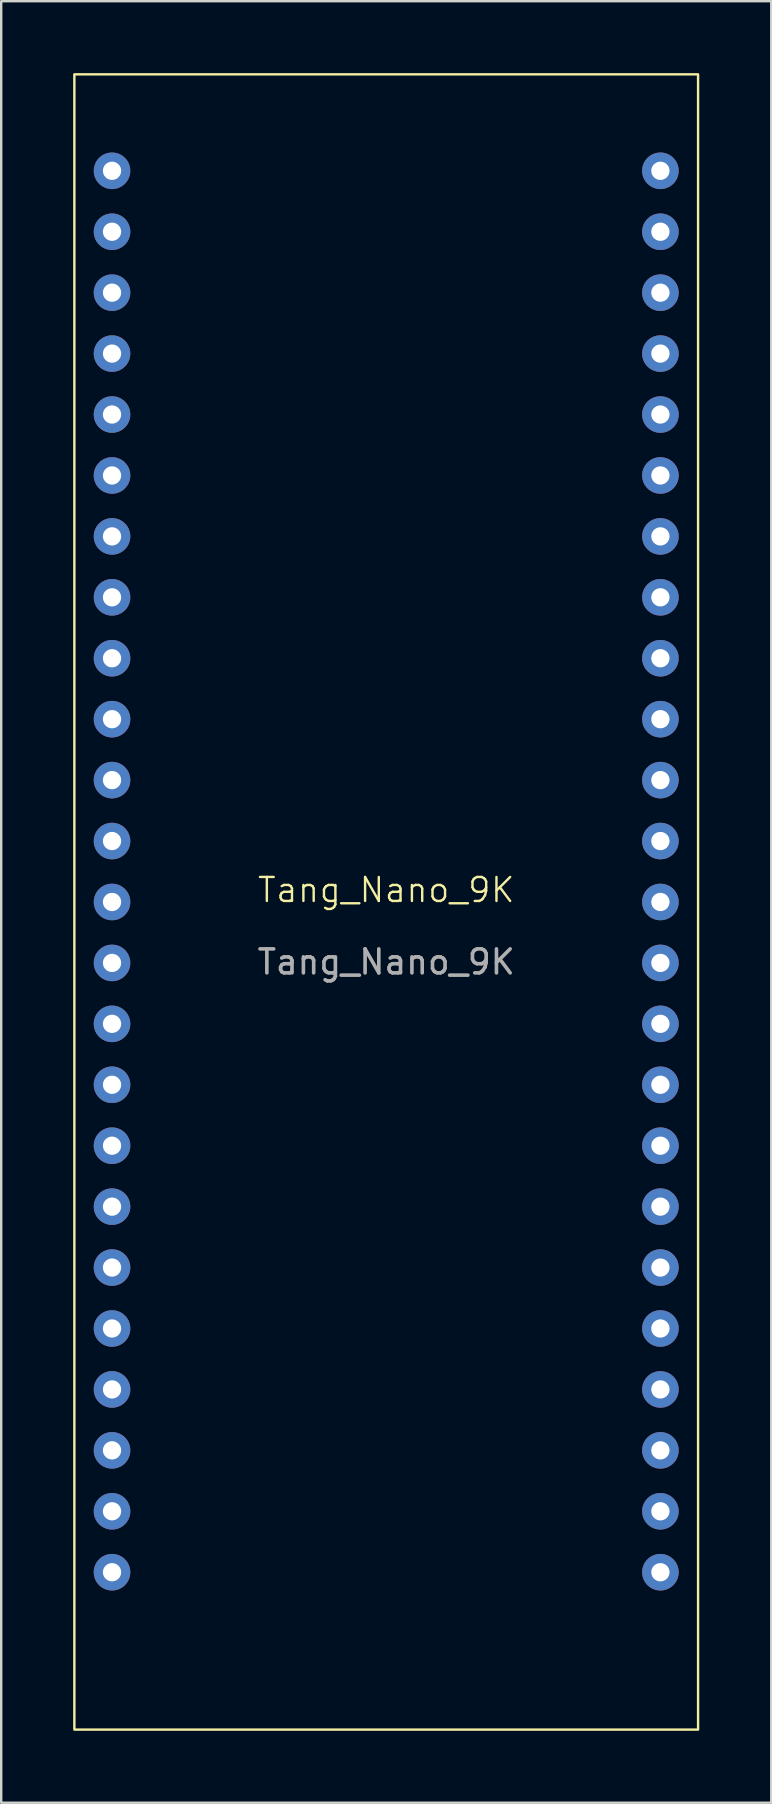
<source format=kicad_pcb>
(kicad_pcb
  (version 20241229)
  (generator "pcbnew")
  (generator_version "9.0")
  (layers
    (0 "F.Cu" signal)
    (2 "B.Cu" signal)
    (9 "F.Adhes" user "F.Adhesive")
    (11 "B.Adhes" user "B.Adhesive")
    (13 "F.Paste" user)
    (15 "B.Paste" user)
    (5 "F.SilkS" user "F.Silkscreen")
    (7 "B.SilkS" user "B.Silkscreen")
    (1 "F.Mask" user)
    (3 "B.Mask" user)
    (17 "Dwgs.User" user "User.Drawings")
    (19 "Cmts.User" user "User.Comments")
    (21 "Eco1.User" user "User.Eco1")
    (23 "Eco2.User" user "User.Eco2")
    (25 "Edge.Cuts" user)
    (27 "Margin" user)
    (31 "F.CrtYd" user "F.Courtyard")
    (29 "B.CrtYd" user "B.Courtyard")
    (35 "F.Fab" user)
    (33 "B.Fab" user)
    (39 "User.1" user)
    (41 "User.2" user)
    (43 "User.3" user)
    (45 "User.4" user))
  (footprint "Tang_Nano_9K"
    (layer "F.Cu")
    (at 13.05 34.55)
    (property "Reference" "Tang_Nano_9K" (at 0 -0.5 0) (unlocked yes) (layer "F.SilkS") (effects (font (size 1 1) (thickness 0.1))))
    (attr through_hole)
    (fp_rect (start -13 -34.5) (end 13 34.5) (stroke (width 0.1) (type default)) (fill no) (layer "F.SilkS"))
    (fp_text user "${REFERENCE}" (at 0 2.5 0) (unlocked yes) (layer "F.Fab") (effects (font (size 1 1) (thickness 0.15))))
    (pad "1" thru_hole circle (at -11.43 -30.48) (size 1.524 1.524) (drill 0.762) (layers "*.Cu" "*.Mask"))
    (pad "2" thru_hole circle (at -11.43 -27.94) (size 1.524 1.524) (drill 0.762) (layers "*.Cu" "*.Mask"))
    (pad "3" thru_hole circle (at -11.43 -25.4) (size 1.524 1.524) (drill 0.762) (layers "*.Cu" "*.Mask"))
    (pad "4" thru_hole circle (at -11.43 -22.86) (size 1.524 1.524) (drill 0.762) (layers "*.Cu" "*.Mask"))
    (pad "5" thru_hole circle (at -11.43 -20.32) (size 1.524 1.524) (drill 0.762) (layers "*.Cu" "*.Mask"))
    (pad "6" thru_hole circle (at -11.43 -17.78) (size 1.524 1.524) (drill 0.762) (layers "*.Cu" "*.Mask"))
    (pad "7" thru_hole circle (at -11.43 -15.24) (size 1.524 1.524) (drill 0.762) (layers "*.Cu" "*.Mask"))
    (pad "8" thru_hole circle (at -11.43 -12.7) (size 1.524 1.524) (drill 0.762) (layers "*.Cu" "*.Mask"))
    (pad "9" thru_hole circle (at -11.43 -10.16) (size 1.524 1.524) (drill 0.762) (layers "*.Cu" "*.Mask"))
    (pad "10" thru_hole circle (at -11.43 -7.62) (size 1.524 1.524) (drill 0.762) (layers "*.Cu" "*.Mask"))
    (pad "11" thru_hole circle (at -11.43 -5.08) (size 1.524 1.524) (drill 0.762) (layers "*.Cu" "*.Mask"))
    (pad "12" thru_hole circle (at -11.43 -2.54) (size 1.524 1.524) (drill 0.762) (layers "*.Cu" "*.Mask"))
    (pad "13" thru_hole circle (at -11.43 0) (size 1.524 1.524) (drill 0.762) (layers "*.Cu" "*.Mask"))
    (pad "14" thru_hole circle (at -11.43 2.54) (size 1.524 1.524) (drill 0.762) (layers "*.Cu" "*.Mask"))
    (pad "15" thru_hole circle (at -11.43 5.08) (size 1.524 1.524) (drill 0.762) (layers "*.Cu" "*.Mask"))
    (pad "16" thru_hole circle (at -11.43 7.62) (size 1.524 1.524) (drill 0.762) (layers "*.Cu" "*.Mask"))
    (pad "17" thru_hole circle (at -11.43 10.16) (size 1.524 1.524) (drill 0.762) (layers "*.Cu" "*.Mask"))
    (pad "18" thru_hole circle (at -11.43 12.7) (size 1.524 1.524) (drill 0.762) (layers "*.Cu" "*.Mask"))
    (pad "19" thru_hole circle (at -11.43 15.24) (size 1.524 1.524) (drill 0.762) (layers "*.Cu" "*.Mask"))
    (pad "20" thru_hole circle (at -11.43 17.78) (size 1.524 1.524) (drill 0.762) (layers "*.Cu" "*.Mask"))
    (pad "21" thru_hole circle (at -11.43 20.32) (size 1.524 1.524) (drill 0.762) (layers "*.Cu" "*.Mask"))
    (pad "22" thru_hole circle (at -11.43 22.86) (size 1.524 1.524) (drill 0.762) (layers "*.Cu" "*.Mask"))
    (pad "23" thru_hole circle (at -11.43 25.4) (size 1.524 1.524) (drill 0.762) (layers "*.Cu" "*.Mask"))
    (pad "24" thru_hole circle (at -11.43 27.94) (size 1.524 1.524) (drill 0.762) (layers "*.Cu" "*.Mask"))
    (pad "25" thru_hole circle (at 11.43 27.94) (size 1.524 1.524) (drill 0.762) (layers "*.Cu" "*.Mask"))
    (pad "26" thru_hole circle (at 11.43 25.4) (size 1.524 1.524) (drill 0.762) (layers "*.Cu" "*.Mask"))
    (pad "27" thru_hole circle (at 11.43 22.86) (size 1.524 1.524) (drill 0.762) (layers "*.Cu" "*.Mask"))
    (pad "28" thru_hole circle (at 11.43 20.32) (size 1.524 1.524) (drill 0.762) (layers "*.Cu" "*.Mask"))
    (pad "29" thru_hole circle (at 11.43 17.78) (size 1.524 1.524) (drill 0.762) (layers "*.Cu" "*.Mask"))
    (pad "30" thru_hole circle (at 11.43 15.24) (size 1.524 1.524) (drill 0.762) (layers "*.Cu" "*.Mask"))
    (pad "31" thru_hole circle (at 11.43 12.7) (size 1.524 1.524) (drill 0.762) (layers "*.Cu" "*.Mask"))
    (pad "32" thru_hole circle (at 11.43 10.16) (size 1.524 1.524) (drill 0.762) (layers "*.Cu" "*.Mask"))
    (pad "33" thru_hole circle (at 11.43 7.62) (size 1.524 1.524) (drill 0.762) (layers "*.Cu" "*.Mask"))
    (pad "34" thru_hole circle (at 11.43 5.08) (size 1.524 1.524) (drill 0.762) (layers "*.Cu" "*.Mask"))
    (pad "35" thru_hole circle (at 11.43 2.54) (size 1.524 1.524) (drill 0.762) (layers "*.Cu" "*.Mask"))
    (pad "36" thru_hole circle (at 11.43 0) (size 1.524 1.524) (drill 0.762) (layers "*.Cu" "*.Mask"))
    (pad "37" thru_hole circle (at 11.43 -2.54) (size 1.524 1.524) (drill 0.762) (layers "*.Cu" "*.Mask"))
    (pad "38" thru_hole circle (at 11.43 -5.08) (size 1.524 1.524) (drill 0.762) (layers "*.Cu" "*.Mask"))
    (pad "39" thru_hole circle (at 11.43 -7.62) (size 1.524 1.524) (drill 0.762) (layers "*.Cu" "*.Mask"))
    (pad "40" thru_hole circle (at 11.43 -10.16) (size 1.524 1.524) (drill 0.762) (layers "*.Cu" "*.Mask"))
    (pad "41" thru_hole circle (at 11.43 -12.7) (size 1.524 1.524) (drill 0.762) (layers "*.Cu" "*.Mask"))
    (pad "42" thru_hole circle (at 11.43 -15.24) (size 1.524 1.524) (drill 0.762) (layers "*.Cu" "*.Mask"))
    (pad "43" thru_hole circle (at 11.43 -17.78) (size 1.524 1.524) (drill 0.762) (layers "*.Cu" "*.Mask"))
    (pad "44" thru_hole circle (at 11.43 -20.32) (size 1.524 1.524) (drill 0.762) (layers "*.Cu" "*.Mask"))
    (pad "45" thru_hole circle (at 11.43 -22.86) (size 1.524 1.524) (drill 0.762) (layers "*.Cu" "*.Mask"))
    (pad "46" thru_hole circle (at 11.43 -25.4) (size 1.524 1.524) (drill 0.762) (layers "*.Cu" "*.Mask"))
    (pad "47" thru_hole circle (at 11.43 -27.94) (size 1.524 1.524) (drill 0.762) (layers "*.Cu" "*.Mask"))
    (pad "48" thru_hole circle (at 11.43 -30.48) (size 1.524 1.524) (drill 0.762) (layers "*.Cu" "*.Mask")))
  (gr_rect
    (start -3 -3)
    (end 29.1 72.1)
    (stroke (width 0.1) (type default))
    (fill no)
    (layer "Edge.Cuts")))
</source>
